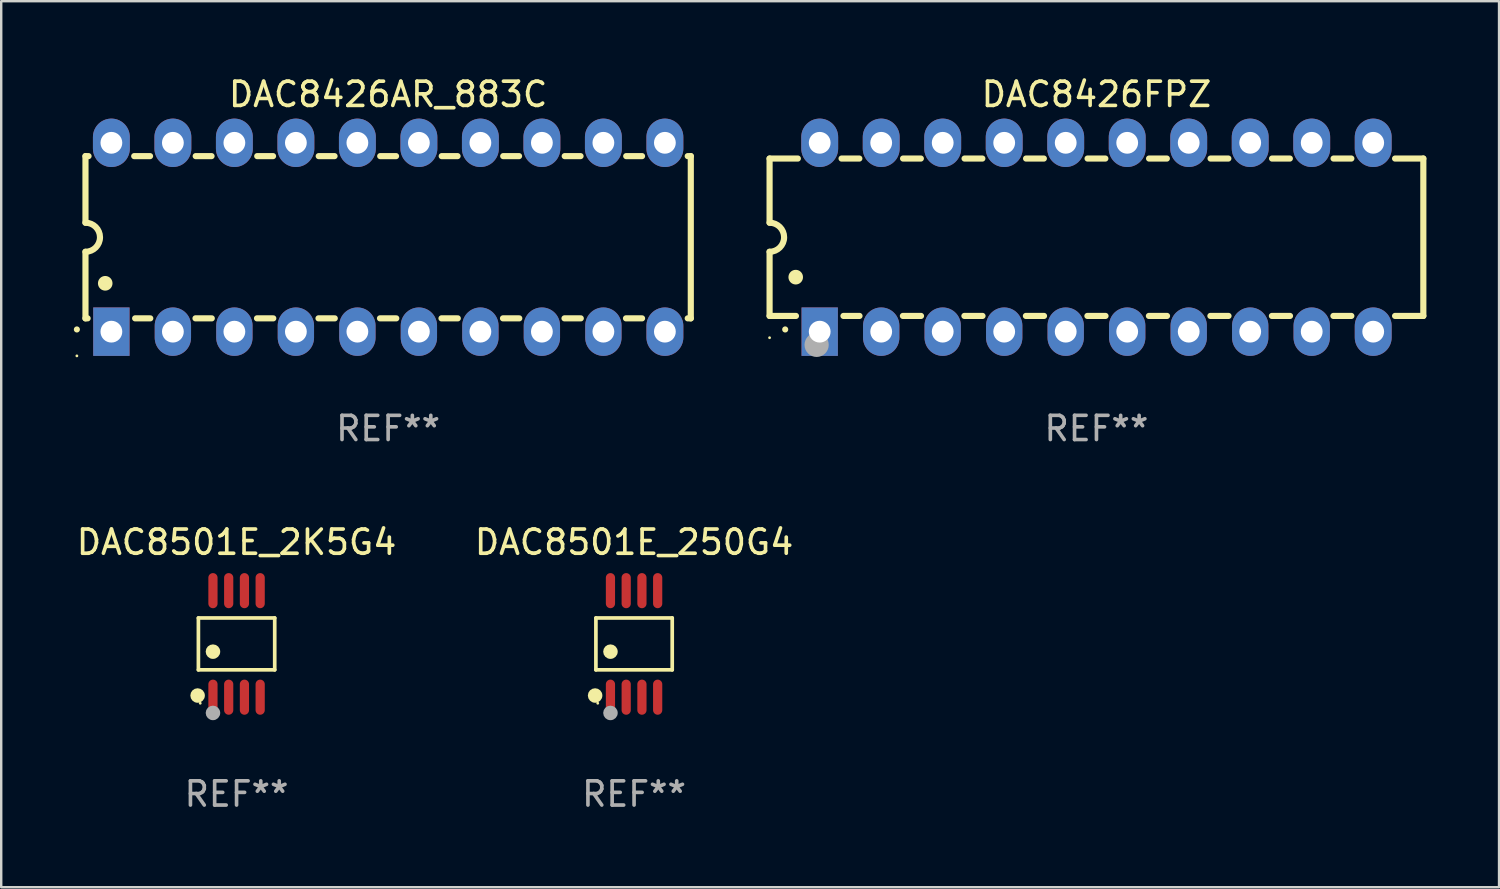
<source format=kicad_pcb>
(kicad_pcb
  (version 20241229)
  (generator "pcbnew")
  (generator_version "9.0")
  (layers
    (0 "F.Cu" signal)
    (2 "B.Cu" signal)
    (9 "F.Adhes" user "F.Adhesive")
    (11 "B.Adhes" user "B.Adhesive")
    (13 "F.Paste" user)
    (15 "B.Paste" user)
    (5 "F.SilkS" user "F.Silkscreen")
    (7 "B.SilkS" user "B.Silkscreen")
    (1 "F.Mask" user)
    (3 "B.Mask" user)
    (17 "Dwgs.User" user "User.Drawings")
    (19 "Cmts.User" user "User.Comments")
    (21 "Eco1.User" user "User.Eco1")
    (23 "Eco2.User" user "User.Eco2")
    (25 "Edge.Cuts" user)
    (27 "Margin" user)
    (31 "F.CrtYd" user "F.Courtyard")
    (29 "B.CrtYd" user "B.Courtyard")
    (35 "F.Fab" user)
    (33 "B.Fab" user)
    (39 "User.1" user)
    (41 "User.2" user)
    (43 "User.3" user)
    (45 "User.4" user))
  (footprint "DAC8426FPZ"
    (layer "F.Cu")
    (at 42.234 6.748)
    (property "Reference" "DAC8426FPZ" (at 0 -5.9 0) (layer "F.SilkS") (effects (font (size 1 1) (thickness 0.15))))
    (attr through_hole)
    (fp_line (start -13.5 -3.25) (end -12.333 -3.25) (stroke (width 0.254) (type solid)) (layer "F.SilkS"))
    (fp_line (start -13.5 -0.6) (end -13.5 -3.25) (stroke (width 0.254) (type solid)) (layer "F.SilkS"))
    (fp_line (start -13.5 3.25) (end -13.5 0.6) (stroke (width 0.254) (type solid)) (layer "F.SilkS"))
    (fp_line (start -13.5 3.25) (end -12.411 3.25) (stroke (width 0.254) (type solid)) (layer "F.SilkS"))
    (fp_line (start -10.527 -3.25) (end -9.793 -3.25) (stroke (width 0.254) (type solid)) (layer "F.SilkS"))
    (fp_line (start -10.449 3.25) (end -9.786 3.25) (stroke (width 0.254) (type solid)) (layer "F.SilkS"))
    (fp_line (start -7.994 3.25) (end -7.246 3.25) (stroke (width 0.254) (type solid)) (layer "F.SilkS"))
    (fp_line (start -7.987 -3.25) (end -7.253 -3.25) (stroke (width 0.254) (type solid)) (layer "F.SilkS"))
    (fp_line (start -5.454 3.25) (end -4.706 3.25) (stroke (width 0.254) (type solid)) (layer "F.SilkS"))
    (fp_line (start -5.447 -3.25) (end -4.713 -3.25) (stroke (width 0.254) (type solid)) (layer "F.SilkS"))
    (fp_line (start -2.914 3.25) (end -2.166 3.25) (stroke (width 0.254) (type solid)) (layer "F.SilkS"))
    (fp_line (start -2.907 -3.25) (end -2.173 -3.25) (stroke (width 0.254) (type solid)) (layer "F.SilkS"))
    (fp_line (start -0.374 3.25) (end 0.374 3.25) (stroke (width 0.254) (type solid)) (layer "F.SilkS"))
    (fp_line (start -0.367 -3.25) (end 0.367 -3.25) (stroke (width 0.254) (type solid)) (layer "F.SilkS"))
    (fp_line (start 2.166 3.25) (end 2.914 3.25) (stroke (width 0.254) (type solid)) (layer "F.SilkS"))
    (fp_line (start 2.173 -3.25) (end 2.907 -3.25) (stroke (width 0.254) (type solid)) (layer "F.SilkS"))
    (fp_line (start 4.706 3.25) (end 5.454 3.25) (stroke (width 0.254) (type solid)) (layer "F.SilkS"))
    (fp_line (start 4.713 -3.25) (end 5.447 -3.25) (stroke (width 0.254) (type solid)) (layer "F.SilkS"))
    (fp_line (start 7.246 3.25) (end 7.994 3.25) (stroke (width 0.254) (type solid)) (layer "F.SilkS"))
    (fp_line (start 7.253 -3.25) (end 7.987 -3.25) (stroke (width 0.254) (type solid)) (layer "F.SilkS"))
    (fp_line (start 9.786 3.25) (end 10.527 3.25) (stroke (width 0.254) (type solid)) (layer "F.SilkS"))
    (fp_line (start 9.793 -3.25) (end 10.527 -3.25) (stroke (width 0.254) (type solid)) (layer "F.SilkS"))
    (fp_line (start 12.333 -3.25) (end 13.5 -3.25) (stroke (width 0.254) (type solid)) (layer "F.SilkS"))
    (fp_line (start 12.333 3.25) (end 13.5 3.25) (stroke (width 0.254) (type solid)) (layer "F.SilkS"))
    (fp_line (start 13.5 -3.25) (end 13.5 3.25) (stroke (width 0.254) (type solid)) (layer "F.SilkS"))
    (fp_arc (start -13.500127 -0.599442) (mid -12.900406 0.000228) (end -13.500025 0.6) (stroke (width 0.254001) (type solid)) (layer "F.SilkS"))
    (fp_arc (start -12.854966 3.810008) (mid -12.854973 3.808738) (end -12.854966 3.807468) (stroke (width 0.25) (type solid)) (layer "F.SilkS"))
    (fp_arc (start -12.420625 1.651003) (mid -12.420636 1.648463) (end -12.420625 1.645923) (stroke (width 0.6) (type solid)) (layer "F.SilkS"))
    (fp_circle (center -13.5 4.15) (end -13.47 4.15) (stroke (width 0.06) (type solid)) (fill no) (layer "F.SilkS"))
    (fp_circle (center -11.557 4.445) (end -11.307 4.445) (stroke (width 0.5) (type solid)) (fill no) (layer "F.Fab"))
    (fp_text user "REF**" (at 0 7.9 0) (layer "F.Fab") (effects (font (size 1 1) (thickness 0.15))))
    (pad "1" thru_hole rect (at -11.43 3.9 90) (size 2 1.5) (drill 0.9) (layers "*.Cu" "*.Mask"))
    (pad "2" thru_hole oval (at -8.89 3.9 90) (size 2 1.5) (drill 0.9) (layers "*.Cu" "*.Mask"))
    (pad "3" thru_hole oval (at -6.35 3.9 90) (size 2 1.5) (drill 0.9) (layers "*.Cu" "*.Mask"))
    (pad "4" thru_hole oval (at -3.81 3.9 90) (size 2 1.5) (drill 0.9) (layers "*.Cu" "*.Mask"))
    (pad "5" thru_hole oval (at -1.27 3.9 90) (size 2 1.5) (drill 0.9) (layers "*.Cu" "*.Mask"))
    (pad "6" thru_hole oval (at 1.27 3.9 90) (size 2 1.5) (drill 0.9) (layers "*.Cu" "*.Mask"))
    (pad "7" thru_hole oval (at 3.81 3.9 90) (size 2 1.5) (drill 0.9) (layers "*.Cu" "*.Mask"))
    (pad "8" thru_hole oval (at 6.35 3.9 90) (size 2 1.5) (drill 0.9) (layers "*.Cu" "*.Mask"))
    (pad "9" thru_hole oval (at 8.89 3.9 90) (size 2 1.5) (drill 0.9) (layers "*.Cu" "*.Mask"))
    (pad "10" thru_hole oval (at 11.43 3.9 90) (size 2 1.524) (drill 0.9) (layers "*.Cu" "*.Mask"))
    (pad "11" thru_hole oval (at 11.43 -3.9 90) (size 2 1.524) (drill 0.9) (layers "*.Cu" "*.Mask"))
    (pad "12" thru_hole oval (at 8.89 -3.9 90) (size 2 1.524) (drill 0.9) (layers "*.Cu" "*.Mask"))
    (pad "13" thru_hole oval (at 6.35 -3.9 90) (size 2 1.524) (drill 0.9) (layers "*.Cu" "*.Mask"))
    (pad "14" thru_hole oval (at 3.81 -3.9 90) (size 2 1.524) (drill 0.9) (layers "*.Cu" "*.Mask"))
    (pad "15" thru_hole oval (at 1.27 -3.9 90) (size 2 1.524) (drill 0.9) (layers "*.Cu" "*.Mask"))
    (pad "16" thru_hole oval (at -1.27 -3.9 90) (size 2 1.524) (drill 0.9) (layers "*.Cu" "*.Mask"))
    (pad "17" thru_hole oval (at -3.81 -3.9 90) (size 2 1.524) (drill 0.9) (layers "*.Cu" "*.Mask"))
    (pad "18" thru_hole oval (at -6.35 -3.9 90) (size 2 1.524) (drill 0.9) (layers "*.Cu" "*.Mask"))
    (pad "19" thru_hole oval (at -8.89 -3.9 90) (size 2 1.524) (drill 0.9) (layers "*.Cu" "*.Mask"))
    (pad "20" thru_hole oval (at -11.43 -3.9 90) (size 2 1.524) (drill 0.9) (layers "*.Cu" "*.Mask")))
  (footprint "DAC8501E_2K5G4"
    (layer "F.Cu")
    (at 6.72 23.544)
    (property "Reference" "DAC8501E_2K5G4" (at 0 -4.2 0) (layer "F.SilkS") (effects (font (size 1 1) (thickness 0.15))))
    (attr through_hole)
    (fp_line (start -1.576 -1.071) (end 1.576 -1.071) (stroke (width 0.152) (type solid)) (layer "F.SilkS"))
    (fp_line (start -1.576 1.071) (end -1.576 -1.071) (stroke (width 0.152) (type solid)) (layer "F.SilkS"))
    (fp_line (start 1.576 -1.071) (end 1.576 1.071) (stroke (width 0.152) (type solid)) (layer "F.SilkS"))
    (fp_line (start 1.576 1.071) (end -1.576 1.071) (stroke (width 0.152) (type solid)) (layer "F.SilkS"))
    (fp_circle (center -1.609 2.131) (end -1.459 2.131) (stroke (width 0.3) (type solid)) (fill no) (layer "F.SilkS"))
    (fp_circle (center -1.5 2.45) (end -1.47 2.45) (stroke (width 0.06) (type solid)) (fill no) (layer "F.SilkS"))
    (fp_circle (center -0.975 0.319) (end -0.825 0.319) (stroke (width 0.3) (type solid)) (fill no) (layer "F.SilkS"))
    (fp_circle (center -0.975 2.85) (end -0.825 2.85) (stroke (width 0.3) (type solid)) (fill no) (layer "F.Fab"))
    (fp_text user "REF**" (at 0 6.2 0) (layer "F.Fab") (effects (font (size 1 1) (thickness 0.15))))
    (pad "1" smd oval (at -0.975 2.2) (size 0.38 1.45) (layers "F.Cu" "F.Mask" "F.Paste"))
    (pad "2" smd oval (at -0.325 2.2) (size 0.38 1.45) (layers "F.Cu" "F.Mask" "F.Paste"))
    (pad "3" smd oval (at 0.325 2.2) (size 0.38 1.45) (layers "F.Cu" "F.Mask" "F.Paste"))
    (pad "4" smd oval (at 0.975 2.2) (size 0.38 1.45) (layers "F.Cu" "F.Mask" "F.Paste"))
    (pad "5" smd oval (at 0.975 -2.2) (size 0.38 1.45) (layers "F.Cu" "F.Mask" "F.Paste"))
    (pad "6" smd oval (at 0.325 -2.2) (size 0.38 1.45) (layers "F.Cu" "F.Mask" "F.Paste"))
    (pad "7" smd oval (at -0.325 -2.2) (size 0.38 1.45) (layers "F.Cu" "F.Mask" "F.Paste"))
    (pad "8" smd oval (at -0.975 -2.2) (size 0.38 1.45) (layers "F.Cu" "F.Mask" "F.Paste")))
  (footprint "DAC8426AR_883C"
    (layer "F.Cu")
    (at 12.98 6.748)
    (property "Reference" "DAC8426AR_883C" (at 0 -5.9 0) (layer "F.SilkS") (effects (font (size 1 1) (thickness 0.15))))
    (attr through_hole)
    (fp_line (start -12.5 -3.35) (end -12.373 -3.35) (stroke (width 0.254) (type solid)) (layer "F.SilkS"))
    (fp_line (start -12.5 -0.6) (end -12.5 -3.35) (stroke (width 0.254) (type solid)) (layer "F.SilkS"))
    (fp_line (start -12.5 3.35) (end -12.5 0.6) (stroke (width 0.254) (type solid)) (layer "F.SilkS"))
    (fp_line (start -12.5 3.35) (end -12.411 3.35) (stroke (width 0.254) (type solid)) (layer "F.SilkS"))
    (fp_line (start -10.487 -3.35) (end -9.833 -3.35) (stroke (width 0.254) (type solid)) (layer "F.SilkS"))
    (fp_line (start -10.449 3.35) (end -9.824 3.35) (stroke (width 0.254) (type solid)) (layer "F.SilkS"))
    (fp_line (start -7.956 3.35) (end -7.284 3.35) (stroke (width 0.254) (type solid)) (layer "F.SilkS"))
    (fp_line (start -7.947 -3.35) (end -7.293 -3.35) (stroke (width 0.254) (type solid)) (layer "F.SilkS"))
    (fp_line (start -5.416 3.35) (end -4.744 3.35) (stroke (width 0.254) (type solid)) (layer "F.SilkS"))
    (fp_line (start -5.407 -3.35) (end -4.753 -3.35) (stroke (width 0.254) (type solid)) (layer "F.SilkS"))
    (fp_line (start -2.876 3.35) (end -2.204 3.35) (stroke (width 0.254) (type solid)) (layer "F.SilkS"))
    (fp_line (start -2.867 -3.35) (end -2.213 -3.35) (stroke (width 0.254) (type solid)) (layer "F.SilkS"))
    (fp_line (start -0.336 3.35) (end 0.336 3.35) (stroke (width 0.254) (type solid)) (layer "F.SilkS"))
    (fp_line (start -0.327 -3.35) (end 0.327 -3.35) (stroke (width 0.254) (type solid)) (layer "F.SilkS"))
    (fp_line (start 2.204 3.35) (end 2.876 3.35) (stroke (width 0.254) (type solid)) (layer "F.SilkS"))
    (fp_line (start 2.213 -3.35) (end 2.867 -3.35) (stroke (width 0.254) (type solid)) (layer "F.SilkS"))
    (fp_line (start 4.744 3.35) (end 5.416 3.35) (stroke (width 0.254) (type solid)) (layer "F.SilkS"))
    (fp_line (start 4.753 -3.35) (end 5.407 -3.35) (stroke (width 0.254) (type solid)) (layer "F.SilkS"))
    (fp_line (start 7.284 3.35) (end 7.956 3.35) (stroke (width 0.254) (type solid)) (layer "F.SilkS"))
    (fp_line (start 7.293 -3.35) (end 7.947 -3.35) (stroke (width 0.254) (type solid)) (layer "F.SilkS"))
    (fp_line (start 9.824 3.35) (end 10.487 3.35) (stroke (width 0.254) (type solid)) (layer "F.SilkS"))
    (fp_line (start 9.833 -3.35) (end 10.487 -3.35) (stroke (width 0.254) (type solid)) (layer "F.SilkS"))
    (fp_line (start 12.373 -3.35) (end 12.5 -3.35) (stroke (width 0.254) (type solid)) (layer "F.SilkS"))
    (fp_line (start 12.373 3.35) (end 12.5 3.35) (stroke (width 0.254) (type solid)) (layer "F.SilkS"))
    (fp_line (start 12.5 -3.35) (end 12.5 3.35) (stroke (width 0.254) (type solid)) (layer "F.SilkS"))
    (fp_arc (start -12.854966 3.810008) (mid -12.854973 3.808738) (end -12.854966 3.807468) (stroke (width 0.25) (type solid)) (layer "F.SilkS"))
    (fp_arc (start -12.500127 -0.599442) (mid -11.900406 0.000228) (end -12.500025 0.6) (stroke (width 0.254001) (type solid)) (layer "F.SilkS"))
    (fp_arc (start -11.684023 1.905004) (mid -11.684034 1.902464) (end -11.684023 1.899924) (stroke (width 0.6) (type solid)) (layer "F.SilkS"))
    (fp_circle (center -12.855 4.9) (end -12.825 4.9) (stroke (width 0.06) (type solid)) (fill no) (layer "F.SilkS"))
    (fp_text user "REF**" (at 0 7.9 0) (layer "F.Fab") (effects (font (size 1 1) (thickness 0.15))))
    (pad "1" thru_hole rect (at -11.43 3.9 90) (size 2 1.5) (drill 0.9) (layers "*.Cu" "*.Mask"))
    (pad "2" thru_hole oval (at -8.89 3.9 90) (size 2 1.5) (drill 0.9) (layers "*.Cu" "*.Mask"))
    (pad "3" thru_hole oval (at -6.35 3.9 90) (size 2 1.5) (drill 0.9) (layers "*.Cu" "*.Mask"))
    (pad "4" thru_hole oval (at -3.81 3.9 90) (size 2 1.5) (drill 0.9) (layers "*.Cu" "*.Mask"))
    (pad "5" thru_hole oval (at -1.27 3.9 90) (size 2 1.5) (drill 0.9) (layers "*.Cu" "*.Mask"))
    (pad "6" thru_hole oval (at 1.27 3.9 90) (size 2 1.5) (drill 0.9) (layers "*.Cu" "*.Mask"))
    (pad "7" thru_hole oval (at 3.81 3.9 90) (size 2 1.5) (drill 0.9) (layers "*.Cu" "*.Mask"))
    (pad "8" thru_hole oval (at 6.35 3.9 90) (size 2 1.5) (drill 0.9) (layers "*.Cu" "*.Mask"))
    (pad "9" thru_hole oval (at 8.89 3.9 90) (size 2 1.5) (drill 0.9) (layers "*.Cu" "*.Mask"))
    (pad "10" thru_hole oval (at 11.43 3.9 90) (size 2 1.524) (drill 0.9) (layers "*.Cu" "*.Mask"))
    (pad "11" thru_hole oval (at 11.43 -3.9 90) (size 2 1.524) (drill 0.9) (layers "*.Cu" "*.Mask"))
    (pad "12" thru_hole oval (at 8.89 -3.9 90) (size 2 1.524) (drill 0.9) (layers "*.Cu" "*.Mask"))
    (pad "13" thru_hole oval (at 6.35 -3.9 90) (size 2 1.524) (drill 0.9) (layers "*.Cu" "*.Mask"))
    (pad "14" thru_hole oval (at 3.81 -3.9 90) (size 2 1.524) (drill 0.9) (layers "*.Cu" "*.Mask"))
    (pad "15" thru_hole oval (at 1.27 -3.9 90) (size 2 1.524) (drill 0.9) (layers "*.Cu" "*.Mask"))
    (pad "16" thru_hole oval (at -1.27 -3.9 90) (size 2 1.524) (drill 0.9) (layers "*.Cu" "*.Mask"))
    (pad "17" thru_hole oval (at -3.81 -3.9 90) (size 2 1.524) (drill 0.9) (layers "*.Cu" "*.Mask"))
    (pad "18" thru_hole oval (at -6.35 -3.9 90) (size 2 1.524) (drill 0.9) (layers "*.Cu" "*.Mask"))
    (pad "19" thru_hole oval (at -8.89 -3.9 90) (size 2 1.524) (drill 0.9) (layers "*.Cu" "*.Mask"))
    (pad "20" thru_hole oval (at -11.43 -3.9 90) (size 2 1.524) (drill 0.9) (layers "*.Cu" "*.Mask")))
  (footprint "DAC8501E_250G4"
    (layer "F.Cu")
    (at 23.137 23.544)
    (property "Reference" "DAC8501E_250G4" (at 0 -4.2 0) (layer "F.SilkS") (effects (font (size 1 1) (thickness 0.15))))
    (attr through_hole)
    (fp_line (start -1.576 -1.071) (end 1.576 -1.071) (stroke (width 0.152) (type solid)) (layer "F.SilkS"))
    (fp_line (start -1.576 1.071) (end -1.576 -1.071) (stroke (width 0.152) (type solid)) (layer "F.SilkS"))
    (fp_line (start 1.576 -1.071) (end 1.576 1.071) (stroke (width 0.152) (type solid)) (layer "F.SilkS"))
    (fp_line (start 1.576 1.071) (end -1.576 1.071) (stroke (width 0.152) (type solid)) (layer "F.SilkS"))
    (fp_circle (center -1.609 2.131) (end -1.459 2.131) (stroke (width 0.3) (type solid)) (fill no) (layer "F.SilkS"))
    (fp_circle (center -1.5 2.45) (end -1.47 2.45) (stroke (width 0.06) (type solid)) (fill no) (layer "F.SilkS"))
    (fp_circle (center -0.975 0.319) (end -0.825 0.319) (stroke (width 0.3) (type solid)) (fill no) (layer "F.SilkS"))
    (fp_circle (center -0.975 2.85) (end -0.825 2.85) (stroke (width 0.3) (type solid)) (fill no) (layer "F.Fab"))
    (fp_text user "REF**" (at 0 6.2 0) (layer "F.Fab") (effects (font (size 1 1) (thickness 0.15))))
    (pad "1" smd oval (at -0.975 2.2) (size 0.38 1.45) (layers "F.Cu" "F.Mask" "F.Paste"))
    (pad "2" smd oval (at -0.325 2.2) (size 0.38 1.45) (layers "F.Cu" "F.Mask" "F.Paste"))
    (pad "3" smd oval (at 0.325 2.2) (size 0.38 1.45) (layers "F.Cu" "F.Mask" "F.Paste"))
    (pad "4" smd oval (at 0.975 2.2) (size 0.38 1.45) (layers "F.Cu" "F.Mask" "F.Paste"))
    (pad "5" smd oval (at 0.975 -2.2) (size 0.38 1.45) (layers "F.Cu" "F.Mask" "F.Paste"))
    (pad "6" smd oval (at 0.325 -2.2) (size 0.38 1.45) (layers "F.Cu" "F.Mask" "F.Paste"))
    (pad "7" smd oval (at -0.325 -2.2) (size 0.38 1.45) (layers "F.Cu" "F.Mask" "F.Paste"))
    (pad "8" smd oval (at -0.975 -2.2) (size 0.38 1.45) (layers "F.Cu" "F.Mask" "F.Paste")))
  (gr_rect
    (start -3 -3)
    (end 58.861 33.593)
    (stroke (width 0.1) (type default))
    (fill no)
    (layer "Edge.Cuts")))
</source>
